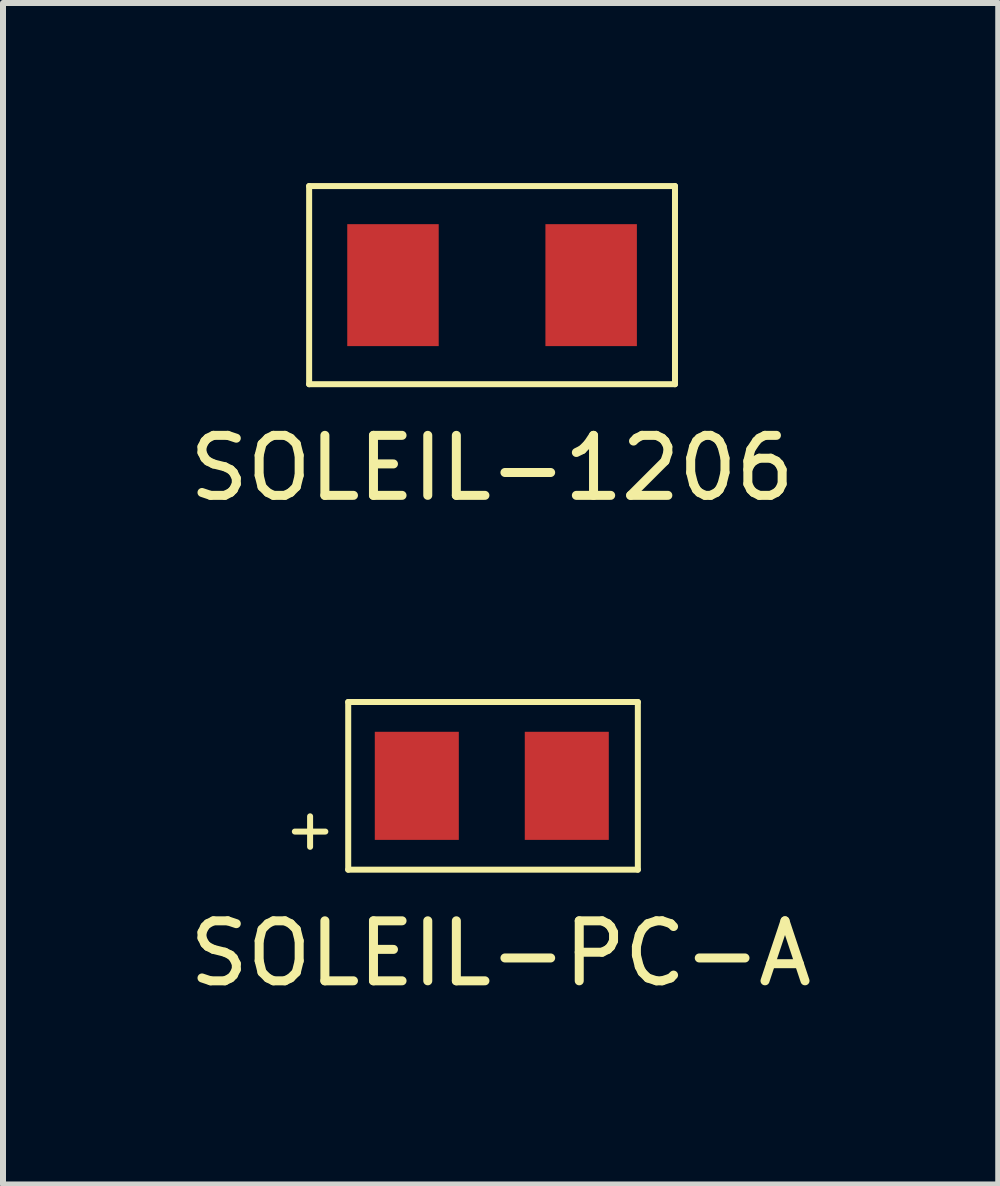
<source format=kicad_pcb>
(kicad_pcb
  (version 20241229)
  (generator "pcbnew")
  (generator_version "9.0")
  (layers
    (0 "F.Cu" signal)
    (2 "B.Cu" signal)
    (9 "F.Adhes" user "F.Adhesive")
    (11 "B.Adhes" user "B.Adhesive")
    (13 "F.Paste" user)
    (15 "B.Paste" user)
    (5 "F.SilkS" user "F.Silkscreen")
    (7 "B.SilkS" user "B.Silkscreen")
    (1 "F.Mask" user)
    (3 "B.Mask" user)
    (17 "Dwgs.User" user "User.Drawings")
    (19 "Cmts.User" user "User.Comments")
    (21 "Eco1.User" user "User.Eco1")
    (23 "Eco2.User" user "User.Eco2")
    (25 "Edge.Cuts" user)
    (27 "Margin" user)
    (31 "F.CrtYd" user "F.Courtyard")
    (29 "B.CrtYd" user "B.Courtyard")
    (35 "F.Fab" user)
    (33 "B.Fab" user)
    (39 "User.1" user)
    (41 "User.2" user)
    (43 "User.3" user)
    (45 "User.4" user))
  (footprint "SOLEIL-1206"
    (layer "F.Cu")
    (at 3.498 1.701)
    (property "Reference" "SOLEIL-1206" (at 1.651 3.048 0) (layer "F.SilkS") (effects (font (size 1 1) (thickness 0.15))))
    (attr smd)
    (fp_line (start -1.397 -1.651) (end 4.699 -1.651) (stroke (width 0.1) (type solid)) (layer "F.SilkS"))
    (fp_line (start -1.397 1.651) (end -1.397 -1.651) (stroke (width 0.1) (type solid)) (layer "F.SilkS"))
    (fp_line (start 4.699 -1.651) (end 4.699 1.651) (stroke (width 0.1) (type solid)) (layer "F.SilkS"))
    (fp_line (start 4.699 1.651) (end -1.397 1.651) (stroke (width 0.1) (type solid)) (layer "F.SilkS"))
    (pad "1" smd rect (at 0 0) (size 1.524 2.032) (layers "F.Cu" "F.Mask" "F.Paste"))
    (pad "2" smd rect (at 3.302 0) (size 1.524 2.032) (layers "F.Cu" "F.Mask" "F.Paste")))
  (footprint "SOLEIL-PC-A"
    (layer "F.Cu")
    (at 3.895 10.044)
    (property "Reference" "SOLEIL-PC-A" (at 1.397 2.794 0) (layer "F.SilkS") (effects (font (size 1 1) (thickness 0.15))))
    (attr through_hole)
    (fp_line (start -2.032 0.762) (end -1.524 0.762) (stroke (width 0.1) (type solid)) (layer "F.SilkS"))
    (fp_line (start -1.778 0.508) (end -1.778 1.016) (stroke (width 0.1) (type solid)) (layer "F.SilkS"))
    (fp_line (start -1.143 -1.397) (end 3.683 -1.397) (stroke (width 0.1) (type solid)) (layer "F.SilkS"))
    (fp_line (start -1.143 1.397) (end -1.143 -1.397) (stroke (width 0.1) (type solid)) (layer "F.SilkS"))
    (fp_line (start 3.683 -1.397) (end 3.683 1.397) (stroke (width 0.1) (type solid)) (layer "F.SilkS"))
    (fp_line (start 3.683 1.397) (end -1.143 1.397) (stroke (width 0.1) (type solid)) (layer "F.SilkS"))
    (pad "1" smd rect (at 0 0) (size 1.4 1.801) (layers "F.Cu" "F.Mask" "F.Paste"))
    (pad "2" smd rect (at 2.499 0) (size 1.4 1.801) (layers "F.Cu" "F.Mask" "F.Paste")))
  (gr_rect
    (start -3 -3)
    (end 13.583 16.686)
    (stroke (width 0.1) (type default))
    (fill no)
    (layer "Edge.Cuts")))
</source>
